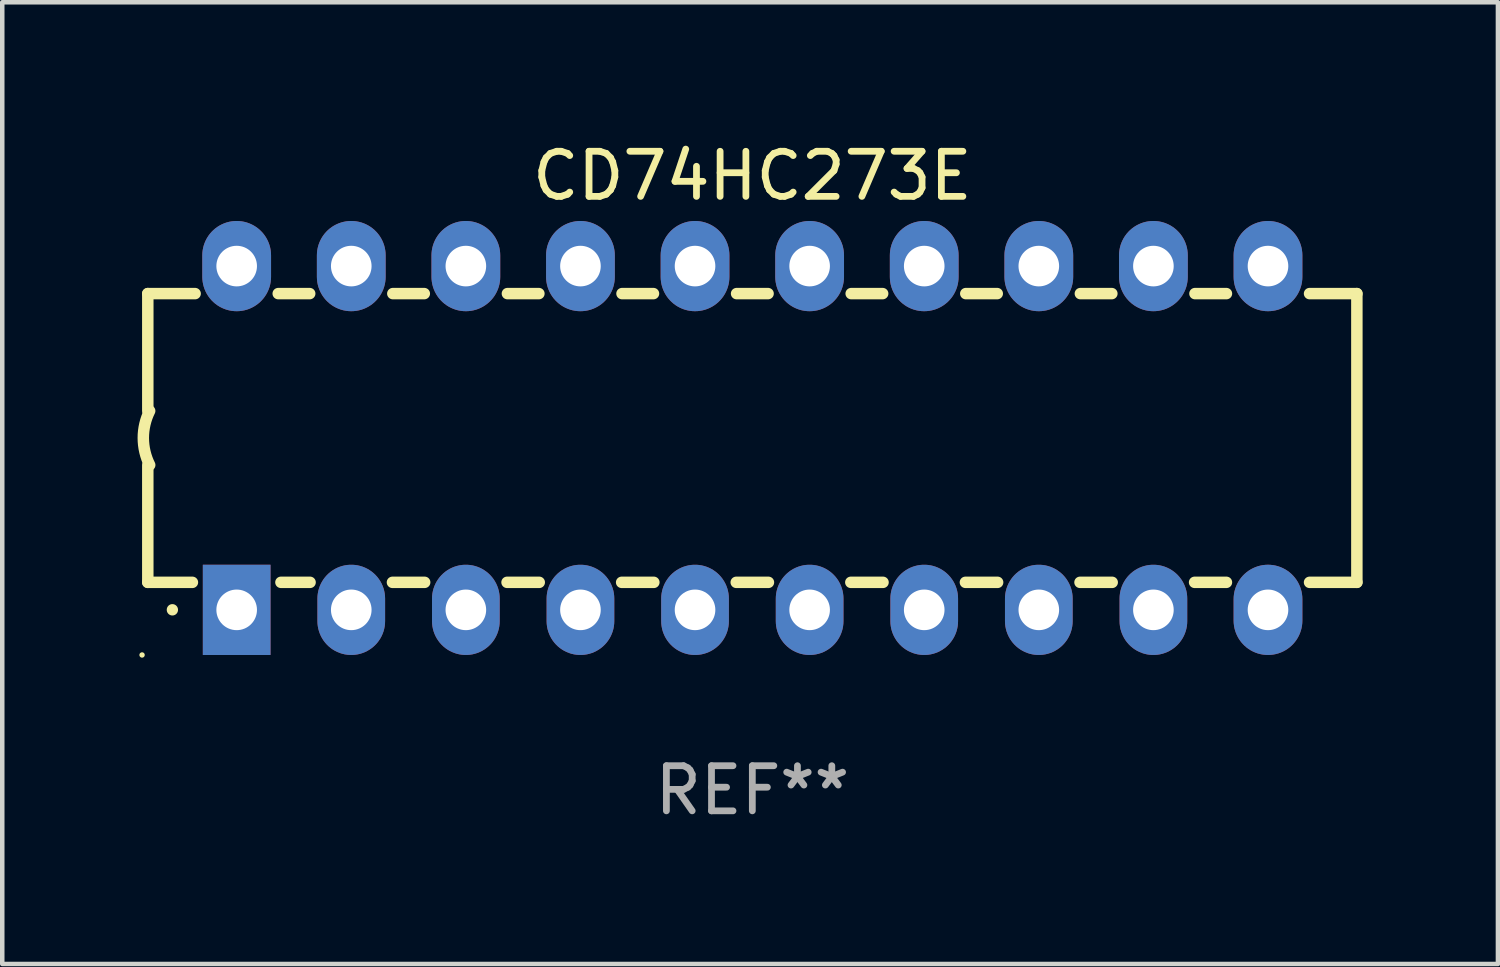
<source format=kicad_pcb>
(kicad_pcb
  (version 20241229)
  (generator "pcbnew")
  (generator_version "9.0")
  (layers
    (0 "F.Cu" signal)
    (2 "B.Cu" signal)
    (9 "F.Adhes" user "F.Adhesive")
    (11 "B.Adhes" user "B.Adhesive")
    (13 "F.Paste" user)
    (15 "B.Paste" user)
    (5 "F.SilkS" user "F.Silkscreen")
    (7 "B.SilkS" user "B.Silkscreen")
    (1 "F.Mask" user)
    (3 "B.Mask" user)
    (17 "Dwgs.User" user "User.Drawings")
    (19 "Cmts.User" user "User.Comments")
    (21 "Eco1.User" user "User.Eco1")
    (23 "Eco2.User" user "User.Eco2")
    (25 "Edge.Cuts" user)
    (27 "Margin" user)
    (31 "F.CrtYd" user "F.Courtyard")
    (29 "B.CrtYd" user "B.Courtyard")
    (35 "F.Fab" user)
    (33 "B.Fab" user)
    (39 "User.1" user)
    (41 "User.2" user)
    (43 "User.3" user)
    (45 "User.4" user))
  (footprint "CD74HC273E"
    (layer "F.Cu")
    (at 13.626 6.658)
    (property "Reference" "CD74HC273E" (at 0 -5.81 0) (layer "F.SilkS") (effects (font (size 1 1) (thickness 0.15))))
    (attr through_hole)
    (fp_line (start -13.4 -3.2) (end -12.351 -3.2) (stroke (width 0.254) (type solid)) (layer "F.SilkS"))
    (fp_line (start -13.4 -0.6) (end -13.4 -3.2) (stroke (width 0.254) (type solid)) (layer "F.SilkS"))
    (fp_line (start -13.4 3.2) (end -13.4 0.6) (stroke (width 0.254) (type solid)) (layer "F.SilkS"))
    (fp_line (start -13.4 3.2) (end -12.411 3.2) (stroke (width 0.254) (type solid)) (layer "F.SilkS"))
    (fp_line (start -10.509 -3.2) (end -9.811 -3.2) (stroke (width 0.254) (type solid)) (layer "F.SilkS"))
    (fp_line (start -10.449 3.2) (end -9.803 3.2) (stroke (width 0.254) (type solid)) (layer "F.SilkS"))
    (fp_line (start -7.977 3.2) (end -7.263 3.2) (stroke (width 0.254) (type solid)) (layer "F.SilkS"))
    (fp_line (start -7.969 -3.2) (end -7.271 -3.2) (stroke (width 0.254) (type solid)) (layer "F.SilkS"))
    (fp_line (start -5.437 3.2) (end -4.723 3.2) (stroke (width 0.254) (type solid)) (layer "F.SilkS"))
    (fp_line (start -5.429 -3.2) (end -4.731 -3.2) (stroke (width 0.254) (type solid)) (layer "F.SilkS"))
    (fp_line (start -2.897 3.2) (end -2.183 3.2) (stroke (width 0.254) (type solid)) (layer "F.SilkS"))
    (fp_line (start -2.889 -3.2) (end -2.191 -3.2) (stroke (width 0.254) (type solid)) (layer "F.SilkS"))
    (fp_line (start -0.357 3.2) (end 0.357 3.2) (stroke (width 0.254) (type solid)) (layer "F.SilkS"))
    (fp_line (start -0.349 -3.2) (end 0.349 -3.2) (stroke (width 0.254) (type solid)) (layer "F.SilkS"))
    (fp_line (start 2.183 3.2) (end 2.897 3.2) (stroke (width 0.254) (type solid)) (layer "F.SilkS"))
    (fp_line (start 2.191 -3.2) (end 2.889 -3.2) (stroke (width 0.254) (type solid)) (layer "F.SilkS"))
    (fp_line (start 4.723 3.2) (end 5.437 3.2) (stroke (width 0.254) (type solid)) (layer "F.SilkS"))
    (fp_line (start 4.731 -3.2) (end 5.429 -3.2) (stroke (width 0.254) (type solid)) (layer "F.SilkS"))
    (fp_line (start 7.263 3.2) (end 7.977 3.2) (stroke (width 0.254) (type solid)) (layer "F.SilkS"))
    (fp_line (start 7.271 -3.2) (end 7.969 -3.2) (stroke (width 0.254) (type solid)) (layer "F.SilkS"))
    (fp_line (start 9.803 3.2) (end 10.509 3.2) (stroke (width 0.254) (type solid)) (layer "F.SilkS"))
    (fp_line (start 9.811 -3.2) (end 10.509 -3.2) (stroke (width 0.254) (type solid)) (layer "F.SilkS"))
    (fp_line (start 12.351 -3.2) (end 13.4 -3.2) (stroke (width 0.254) (type solid)) (layer "F.SilkS"))
    (fp_line (start 12.351 3.2) (end 13.4 3.2) (stroke (width 0.254) (type solid)) (layer "F.SilkS"))
    (fp_line (start 13.4 -3.2) (end 13.4 3.2) (stroke (width 0.254) (type solid)) (layer "F.SilkS"))
    (fp_arc (start -13.357557 0.599721) (mid -13.499295 0.000123) (end -13.358598 -0.599721) (stroke (width 0.254001) (type solid)) (layer "F.SilkS"))
    (fp_arc (start -12.854966 3.810008) (mid -12.854973 3.808738) (end -12.854966 3.807468) (stroke (width 0.25) (type solid)) (layer "F.SilkS"))
    (fp_circle (center -13.527 4.81) (end -13.497 4.81) (stroke (width 0.06) (type solid)) (fill no) (layer "F.SilkS"))
    (fp_text user "REF**" (at 0 7.81 0) (layer "F.Fab") (effects (font (size 1 1) (thickness 0.15))))
    (pad "1" thru_hole rect (at -11.43 3.81 90) (size 2 1.5) (drill 0.9) (layers "*.Cu" "*.Mask"))
    (pad "2" thru_hole oval (at -8.89 3.81 90) (size 2 1.5) (drill 0.9) (layers "*.Cu" "*.Mask"))
    (pad "3" thru_hole oval (at -6.35 3.81 90) (size 2 1.5) (drill 0.9) (layers "*.Cu" "*.Mask"))
    (pad "4" thru_hole oval (at -3.81 3.81 90) (size 2 1.5) (drill 0.9) (layers "*.Cu" "*.Mask"))
    (pad "5" thru_hole oval (at -1.27 3.81 90) (size 2 1.5) (drill 0.9) (layers "*.Cu" "*.Mask"))
    (pad "6" thru_hole oval (at 1.27 3.81 90) (size 2 1.5) (drill 0.9) (layers "*.Cu" "*.Mask"))
    (pad "7" thru_hole oval (at 3.81 3.81 90) (size 2 1.5) (drill 0.9) (layers "*.Cu" "*.Mask"))
    (pad "8" thru_hole oval (at 6.35 3.81 90) (size 2 1.5) (drill 0.9) (layers "*.Cu" "*.Mask"))
    (pad "9" thru_hole oval (at 8.89 3.81 90) (size 2 1.5) (drill 0.9) (layers "*.Cu" "*.Mask"))
    (pad "10" thru_hole oval (at 11.43 3.81 90) (size 2 1.524) (drill 0.9) (layers "*.Cu" "*.Mask"))
    (pad "11" thru_hole oval (at 11.43 -3.81 90) (size 2 1.524) (drill 0.9) (layers "*.Cu" "*.Mask"))
    (pad "12" thru_hole oval (at 8.89 -3.81 90) (size 2 1.524) (drill 0.9) (layers "*.Cu" "*.Mask"))
    (pad "13" thru_hole oval (at 6.35 -3.81 90) (size 2 1.524) (drill 0.9) (layers "*.Cu" "*.Mask"))
    (pad "14" thru_hole oval (at 3.81 -3.81 90) (size 2 1.524) (drill 0.9) (layers "*.Cu" "*.Mask"))
    (pad "15" thru_hole oval (at 1.27 -3.81 90) (size 2 1.524) (drill 0.9) (layers "*.Cu" "*.Mask"))
    (pad "16" thru_hole oval (at -1.27 -3.81 90) (size 2 1.524) (drill 0.9) (layers "*.Cu" "*.Mask"))
    (pad "17" thru_hole oval (at -3.81 -3.81 90) (size 2 1.524) (drill 0.9) (layers "*.Cu" "*.Mask"))
    (pad "18" thru_hole oval (at -6.35 -3.81 90) (size 2 1.524) (drill 0.9) (layers "*.Cu" "*.Mask"))
    (pad "19" thru_hole oval (at -8.89 -3.81 90) (size 2 1.524) (drill 0.9) (layers "*.Cu" "*.Mask"))
    (pad "20" thru_hole oval (at -11.43 -3.81 90) (size 2 1.524) (drill 0.9) (layers "*.Cu" "*.Mask")))
  (gr_rect
    (start -3 -3)
    (end 30.153 18.317)
    (stroke (width 0.1) (type default))
    (fill no)
    (layer "Edge.Cuts")))
</source>
